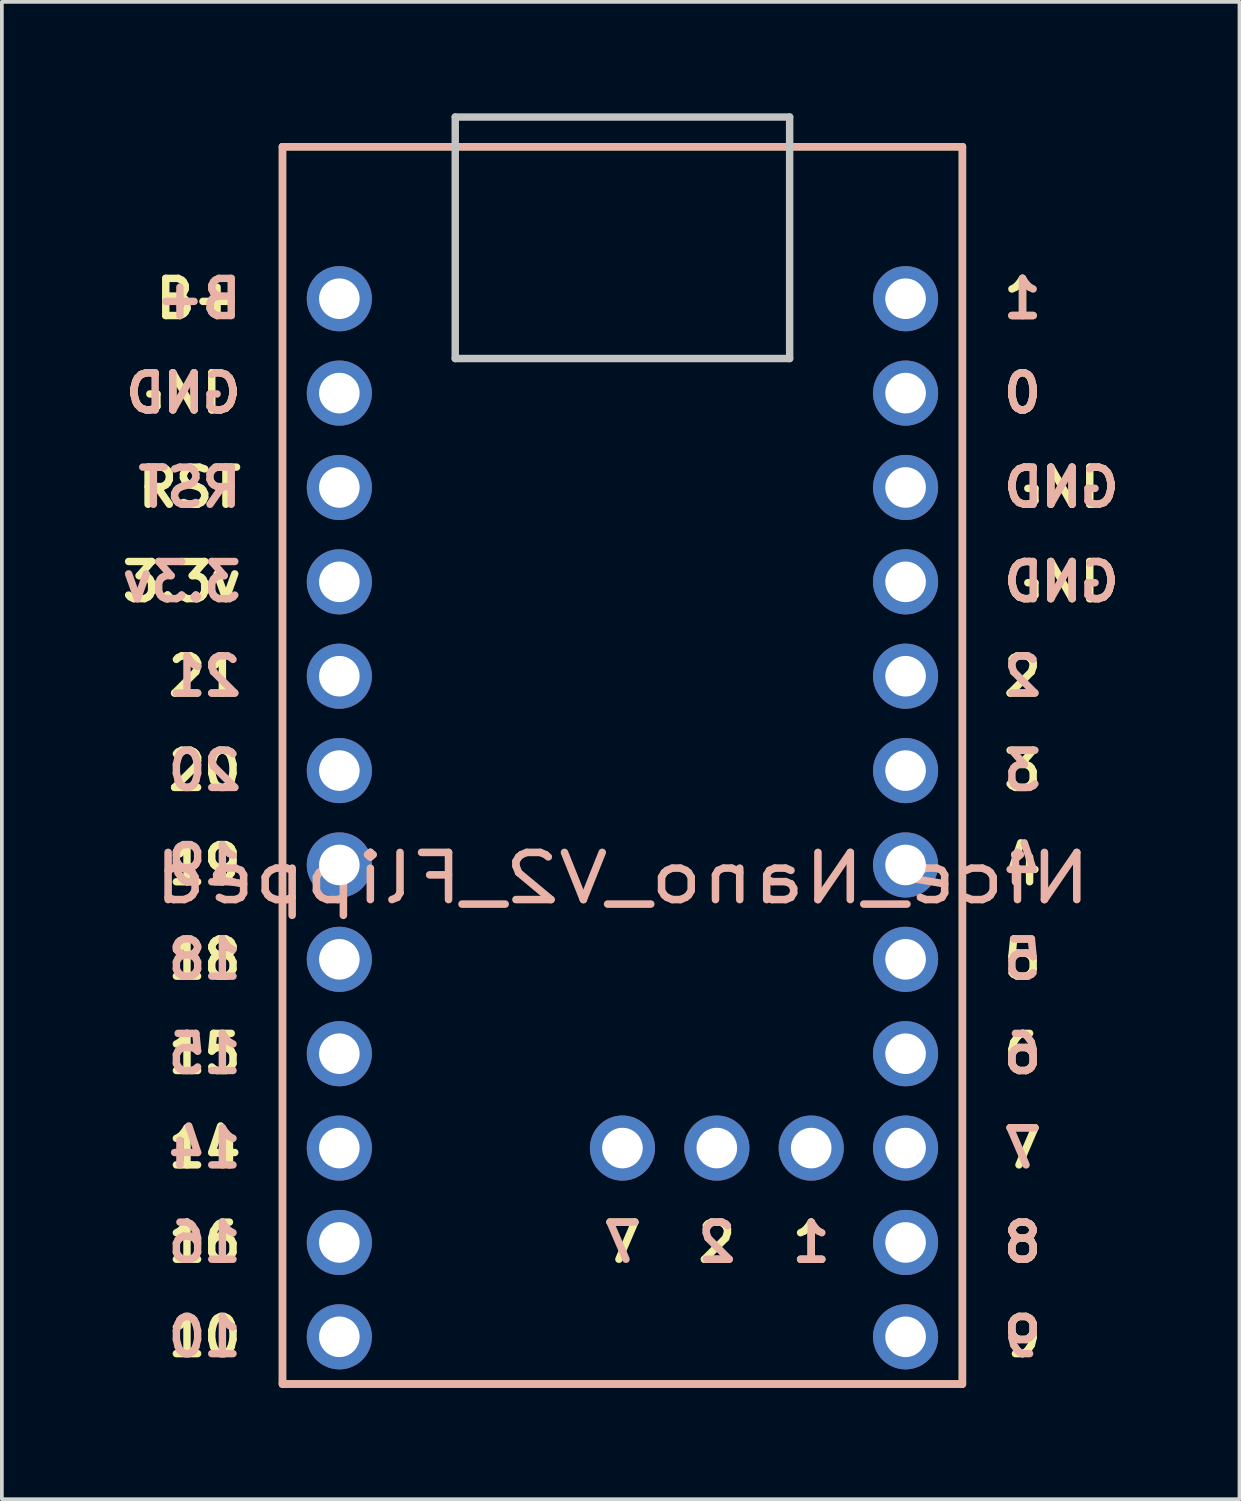
<source format=kicad_pcb>
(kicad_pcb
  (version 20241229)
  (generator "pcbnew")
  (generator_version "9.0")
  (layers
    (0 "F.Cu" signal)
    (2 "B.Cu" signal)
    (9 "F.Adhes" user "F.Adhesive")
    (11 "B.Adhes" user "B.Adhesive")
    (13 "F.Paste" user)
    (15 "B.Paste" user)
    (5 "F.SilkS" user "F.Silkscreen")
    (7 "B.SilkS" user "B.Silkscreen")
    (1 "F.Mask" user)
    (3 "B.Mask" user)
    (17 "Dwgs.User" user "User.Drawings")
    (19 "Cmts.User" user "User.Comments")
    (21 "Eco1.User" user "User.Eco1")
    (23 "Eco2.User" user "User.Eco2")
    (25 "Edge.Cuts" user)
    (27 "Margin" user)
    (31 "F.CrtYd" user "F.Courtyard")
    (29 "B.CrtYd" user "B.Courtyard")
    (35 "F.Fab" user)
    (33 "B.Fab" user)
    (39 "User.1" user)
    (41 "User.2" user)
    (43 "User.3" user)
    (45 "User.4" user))
  (footprint "Nice_Nano_V2_Flipped"
    (layer "F.Cu")
    (at 13.703 18.96)
    (property "Reference" "Nice_Nano_V2_Flipped" (at 0 1.625 0) (layer "B.SilkS") (effects (font (size 1.27 1.524) (thickness 0.203)) (justify mirror)))
    (attr through_hole)
    (fp_line (start -9.15 -18.06) (end -9.15 15.24) (stroke (width 0.2) (type default)) (layer "F.SilkS"))
    (fp_line (start 9.15 -18.06) (end -9.15 -18.06) (stroke (width 0.2) (type solid)) (layer "F.SilkS"))
    (fp_line (start 9.15 -18.06) (end 9.15 15.24) (stroke (width 0.2) (type default)) (layer "F.SilkS"))
    (fp_line (start 9.15 15.24) (end -9.15 15.24) (stroke (width 0.2) (type solid)) (layer "F.SilkS"))
    (fp_line (start -9.15 15.24) (end -9.15 -18.06) (stroke (width 0.2) (type default)) (layer "B.SilkS"))
    (fp_line (start 9.15 -18.06) (end -9.15 -18.06) (stroke (width 0.2) (type solid)) (layer "B.SilkS"))
    (fp_line (start 9.15 15.24) (end -9.15 15.24) (stroke (width 0.2) (type solid)) (layer "B.SilkS"))
    (fp_line (start 9.15 15.24) (end 9.15 -18.06) (stroke (width 0.2) (type default)) (layer "B.SilkS"))
    (fp_line (start -4.5 -18.86) (end 4.5 -18.86) (stroke (width 0.2) (type default)) (layer "Dwgs.User"))
    (fp_line (start -4.5 -12.36) (end -4.5 -18.86) (stroke (width 0.2) (type default)) (layer "Dwgs.User"))
    (fp_line (start -4.5 -12.36) (end 4.5 -12.36) (stroke (width 0.2) (type default)) (layer "Dwgs.User"))
    (fp_line (start 4.5 -12.36) (end 4.5 -18.86) (stroke (width 0.2) (type default)) (layer "Dwgs.User"))
    (fp_text user "8" (at 10.16 11.43 0) (unlocked yes) (layer "F.SilkS") (effects (font (size 1 1) (thickness 0.2) (bold yes)) (justify left)))
    (fp_text user "7" (at 10.16 8.89 0) (unlocked yes) (layer "F.SilkS") (effects (font (size 1 1) (thickness 0.2) (bold yes)) (justify left)))
    (fp_text user "16" (at -10.16 11.43 0) (unlocked yes) (layer "F.SilkS") (effects (font (size 1 1) (thickness 0.2) (bold yes)) (justify right)))
    (fp_text user "2" (at 2.54 11.43 0) (unlocked yes) (layer "F.SilkS") (effects (font (size 1 1) (thickness 0.2) (bold yes))))
    (fp_text user "GND" (at -10.16 -11.43 0) (unlocked yes) (layer "F.SilkS") (effects (font (size 1 1) (thickness 0.2) (bold yes)) (justify right)))
    (fp_text user "6" (at 10.16 6.35 0) (unlocked yes) (layer "F.SilkS") (effects (font (size 1 1) (thickness 0.2) (bold yes)) (justify left)))
    (fp_text user "RST" (at -10.16 -8.89 0) (unlocked yes) (layer "F.SilkS") (effects (font (size 1 1) (thickness 0.2) (bold yes)) (justify right)))
    (fp_text user "20" (at -10.16 -1.27 0) (unlocked yes) (layer "F.SilkS") (effects (font (size 1 1) (thickness 0.2) (bold yes)) (justify right)))
    (fp_text user "1" (at 10.16 -13.97 0) (unlocked yes) (layer "F.SilkS") (effects (font (size 1 1) (thickness 0.2) (bold yes)) (justify left)))
    (fp_text user "GND" (at 10.16 -8.89 0) (unlocked yes) (layer "F.SilkS") (effects (font (size 1 1) (thickness 0.2) (bold yes)) (justify left)))
    (fp_text user "1" (at 5.08 11.43 0) (unlocked yes) (layer "F.SilkS") (effects (font (size 1 1) (thickness 0.2) (bold yes))))
    (fp_text user "18" (at -10.16 3.81 0) (unlocked yes) (layer "F.SilkS") (effects (font (size 1 1) (thickness 0.2) (bold yes)) (justify right)))
    (fp_text user "21" (at -10.16 -3.81 0) (unlocked yes) (layer "F.SilkS") (effects (font (size 1 1) (thickness 0.2) (bold yes)) (justify right)))
    (fp_text user "3.3v" (at -10.16 -6.35 0) (unlocked yes) (layer "F.SilkS") (effects (font (size 1 1) (thickness 0.2) (bold yes)) (justify right)))
    (fp_text user "14" (at -10.16 8.89 0) (unlocked yes) (layer "F.SilkS") (effects (font (size 1 1) (thickness 0.2) (bold yes)) (justify right)))
    (fp_text user "GND" (at 10.16 -6.35 0) (unlocked yes) (layer "F.SilkS") (effects (font (size 1 1) (thickness 0.2) (bold yes)) (justify left)))
    (fp_text user "5" (at 10.16 3.81 0) (unlocked yes) (layer "F.SilkS") (effects (font (size 1 1) (thickness 0.2) (bold yes)) (justify left)))
    (fp_text user "B+" (at -10.16 -13.97 0) (unlocked yes) (layer "F.SilkS") (effects (font (size 1 1) (thickness 0.2) (bold yes)) (justify right)))
    (fp_text user "19" (at -10.16 1.27 0) (unlocked yes) (layer "F.SilkS") (effects (font (size 1 1) (thickness 0.2) (bold yes)) (justify right)))
    (fp_text user "0" (at 10.16 -11.43 0) (unlocked yes) (layer "F.SilkS") (effects (font (size 1 1) (thickness 0.2) (bold yes)) (justify left)))
    (fp_text user "7" (at 0 11.43 0) (unlocked yes) (layer "F.SilkS") (effects (font (size 1 1) (thickness 0.2) (bold yes))))
    (fp_text user "9" (at 10.16 13.97 0) (unlocked yes) (layer "F.SilkS") (effects (font (size 1 1) (thickness 0.2) (bold yes)) (justify left)))
    (fp_text user "2" (at 10.16 -3.81 0) (unlocked yes) (layer "F.SilkS") (effects (font (size 1 1) (thickness 0.2) (bold yes)) (justify left)))
    (fp_text user "15" (at -10.16 6.35 0) (unlocked yes) (layer "F.SilkS") (effects (font (size 1 1) (thickness 0.2) (bold yes)) (justify right)))
    (fp_text user "3" (at 10.16 -1.27 0) (unlocked yes) (layer "F.SilkS") (effects (font (size 1 1) (thickness 0.2) (bold yes)) (justify left)))
    (fp_text user "10" (at -10.16 13.97 0) (unlocked yes) (layer "F.SilkS") (effects (font (size 1 1) (thickness 0.2) (bold yes)) (justify right)))
    (fp_text user "4" (at 10.16 1.27 0) (unlocked yes) (layer "F.SilkS") (effects (font (size 1 1) (thickness 0.2) (bold yes)) (justify left)))
    (fp_text user "2" (at 2.54 11.43 0) (unlocked yes) (layer "B.SilkS") (effects (font (size 1 1) (thickness 0.2) (bold yes)) (justify mirror)))
    (fp_text user "GND" (at -10.16 -11.43 0) (unlocked yes) (layer "B.SilkS") (effects (font (size 1 1) (thickness 0.2) (bold yes)) (justify left mirror)))
    (fp_text user "10" (at -10.16 13.97 0) (unlocked yes) (layer "B.SilkS") (effects (font (size 1 1) (thickness 0.2) (bold yes)) (justify left mirror)))
    (fp_text user "1" (at 10.16 -13.97 0) (unlocked yes) (layer "B.SilkS") (effects (font (size 1 1) (thickness 0.2) (bold yes)) (justify right mirror)))
    (fp_text user "3" (at 10.16 -1.27 0) (unlocked yes) (layer "B.SilkS") (effects (font (size 1 1) (thickness 0.2) (bold yes)) (justify right mirror)))
    (fp_text user "5" (at 10.16 3.81 0) (unlocked yes) (layer "B.SilkS") (effects (font (size 1 1) (thickness 0.2) (bold yes)) (justify right mirror)))
    (fp_text user "2" (at 10.16 -3.81 0) (unlocked yes) (layer "B.SilkS") (effects (font (size 1 1) (thickness 0.2) (bold yes)) (justify right mirror)))
    (fp_text user "4" (at 10.16 1.27 0) (unlocked yes) (layer "B.SilkS") (effects (font (size 1 1) (thickness 0.2) (bold yes)) (justify right mirror)))
    (fp_text user "6" (at 10.16 6.35 0) (unlocked yes) (layer "B.SilkS") (effects (font (size 1 1) (thickness 0.2) (bold yes)) (justify right mirror)))
    (fp_text user "7" (at 0 11.43 0) (unlocked yes) (layer "B.SilkS") (effects (font (size 1 1) (thickness 0.2) (bold yes)) (justify mirror)))
    (fp_text user "8" (at 10.16 11.43 0) (unlocked yes) (layer "B.SilkS") (effects (font (size 1 1) (thickness 0.2) (bold yes)) (justify right mirror)))
    (fp_text user "GND" (at 10.16 -8.89 0) (unlocked yes) (layer "B.SilkS") (effects (font (size 1 1) (thickness 0.2) (bold yes)) (justify right mirror)))
    (fp_text user "20" (at -10.16 -1.27 0) (unlocked yes) (layer "B.SilkS") (effects (font (size 1 1) (thickness 0.2) (bold yes)) (justify left mirror)))
    (fp_text user "15" (at -10.16 6.35 0) (unlocked yes) (layer "B.SilkS") (effects (font (size 1 1) (thickness 0.2) (bold yes)) (justify left mirror)))
    (fp_text user "1" (at 5.08 11.43 0) (unlocked yes) (layer "B.SilkS") (effects (font (size 1 1) (thickness 0.2) (bold yes)) (justify mirror)))
    (fp_text user "3.3v" (at -10.16 -6.35 0) (unlocked yes) (layer "B.SilkS") (effects (font (size 1 1) (thickness 0.2) (bold yes)) (justify left mirror)))
    (fp_text user "16" (at -10.16 11.43 0) (unlocked yes) (layer "B.SilkS") (effects (font (size 1 1) (thickness 0.2) (bold yes)) (justify left mirror)))
    (fp_text user "18" (at -10.16 3.81 0) (unlocked yes) (layer "B.SilkS") (effects (font (size 1 1) (thickness 0.2) (bold yes)) (justify left mirror)))
    (fp_text user "7" (at 10.16 8.89 0) (unlocked yes) (layer "B.SilkS") (effects (font (size 1 1) (thickness 0.2) (bold yes)) (justify right mirror)))
    (fp_text user "GND" (at 10.16 -6.35 0) (unlocked yes) (layer "B.SilkS") (effects (font (size 1 1) (thickness 0.2) (bold yes)) (justify right mirror)))
    (fp_text user "14" (at -10.16 8.89 0) (unlocked yes) (layer "B.SilkS") (effects (font (size 1 1) (thickness 0.2) (bold yes)) (justify left mirror)))
    (fp_text user "21" (at -10.16 -3.81 0) (unlocked yes) (layer "B.SilkS") (effects (font (size 1 1) (thickness 0.2) (bold yes)) (justify left mirror)))
    (fp_text user "0" (at 10.16 -11.43 0) (unlocked yes) (layer "B.SilkS") (effects (font (size 1 1) (thickness 0.2) (bold yes)) (justify right mirror)))
    (fp_text user "B+" (at -10.16 -13.97 0) (unlocked yes) (layer "B.SilkS") (effects (font (size 1 1) (thickness 0.2) (bold yes)) (justify left mirror)))
    (fp_text user "RST" (at -10.16 -8.89 0) (unlocked yes) (layer "B.SilkS") (effects (font (size 1 1) (thickness 0.2) (bold yes)) (justify left mirror)))
    (fp_text user "19" (at -10.16 1.27 0) (unlocked yes) (layer "B.SilkS") (effects (font (size 1 1) (thickness 0.2) (bold yes)) (justify left mirror)))
    (fp_text user "9" (at 10.16 13.97 0) (unlocked yes) (layer "B.SilkS") (effects (font (size 1 1) (thickness 0.2) (bold yes)) (justify right mirror)))
    (pad "1" thru_hole circle (at 7.62 -13.97 90) (size 1.753 1.753) (drill 1.092) (layers "*.Cu" "*.Mask"))
    (pad "2" thru_hole circle (at 7.62 -11.43 90) (size 1.753 1.753) (drill 1.092) (layers "*.Cu" "*.Mask"))
    (pad "3" thru_hole circle (at 7.62 -8.89 90) (size 1.753 1.753) (drill 1.092) (layers "*.Cu" "*.Mask"))
    (pad "4" thru_hole circle (at 7.62 -6.35 90) (size 1.753 1.753) (drill 1.092) (layers "*.Cu" "*.Mask"))
    (pad "5" thru_hole circle (at 7.62 -3.81 90) (size 1.753 1.753) (drill 1.092) (layers "*.Cu" "*.Mask"))
    (pad "6" thru_hole circle (at 7.62 -1.27 90) (size 1.753 1.753) (drill 1.092) (layers "*.Cu" "*.Mask"))
    (pad "7" thru_hole circle (at 7.62 1.27 90) (size 1.753 1.753) (drill 1.092) (layers "*.Cu" "*.Mask"))
    (pad "8" thru_hole circle (at 7.62 3.81 90) (size 1.753 1.753) (drill 1.092) (layers "*.Cu" "*.Mask"))
    (pad "9" thru_hole circle (at 7.62 6.35 90) (size 1.753 1.753) (drill 1.092) (layers "*.Cu" "*.Mask"))
    (pad "10" thru_hole circle (at 7.62 8.89 90) (size 1.753 1.753) (drill 1.092) (layers "*.Cu" "*.Mask"))
    (pad "11" thru_hole circle (at 7.62 11.43 90) (size 1.753 1.753) (drill 1.092) (layers "*.Cu" "*.Mask"))
    (pad "12" thru_hole circle (at 7.62 13.97 90) (size 1.753 1.753) (drill 1.092) (layers "*.Cu" "*.Mask"))
    (pad "13" thru_hole circle (at -7.62 13.97 90) (size 1.753 1.753) (drill 1.092) (layers "*.Cu" "*.Mask"))
    (pad "14" thru_hole circle (at -7.62 11.43 90) (size 1.753 1.753) (drill 1.092) (layers "*.Cu" "*.Mask"))
    (pad "15" thru_hole circle (at -7.62 8.89 90) (size 1.753 1.753) (drill 1.092) (layers "*.Cu" "*.Mask"))
    (pad "16" thru_hole circle (at -7.62 6.35 90) (size 1.753 1.753) (drill 1.092) (layers "*.Cu" "*.Mask"))
    (pad "17" thru_hole circle (at -7.62 3.81 90) (size 1.753 1.753) (drill 1.092) (layers "*.Cu" "*.Mask"))
    (pad "18" thru_hole circle (at -7.62 1.27 90) (size 1.753 1.753) (drill 1.092) (layers "*.Cu" "*.Mask"))
    (pad "19" thru_hole circle (at -7.62 -1.27 90) (size 1.753 1.753) (drill 1.092) (layers "*.Cu" "*.Mask"))
    (pad "20" thru_hole circle (at -7.62 -3.81 90) (size 1.753 1.753) (drill 1.092) (layers "*.Cu" "*.Mask"))
    (pad "21" thru_hole circle (at -7.62 -6.35 90) (size 1.753 1.753) (drill 1.092) (layers "*.Cu" "*.Mask"))
    (pad "22" thru_hole circle (at -7.62 -8.89 90) (size 1.753 1.753) (drill 1.092) (layers "*.Cu" "*.Mask"))
    (pad "23" thru_hole circle (at -7.62 -11.43 90) (size 1.753 1.753) (drill 1.092) (layers "*.Cu" "*.Mask"))
    (pad "24" thru_hole circle (at -7.62 -13.97 90) (size 1.753 1.753) (drill 1.092) (layers "*.Cu" "*.Mask"))
    (pad "25" thru_hole circle (at 5.08 8.89) (size 1.753 1.753) (drill 1.092) (layers "*.Cu" "*.Mask"))
    (pad "26" thru_hole circle (at 2.54 8.89) (size 1.753 1.753) (drill 1.092) (layers "*.Cu" "*.Mask"))
    (pad "27" thru_hole circle (at 0 8.89) (size 1.753 1.753) (drill 1.092) (layers "*.Cu" "*.Mask")))
  (gr_rect
    (start -3 -3)
    (end 30.31 37.3)
    (stroke (width 0.1) (type default))
    (fill no)
    (layer "Edge.Cuts")))
</source>
